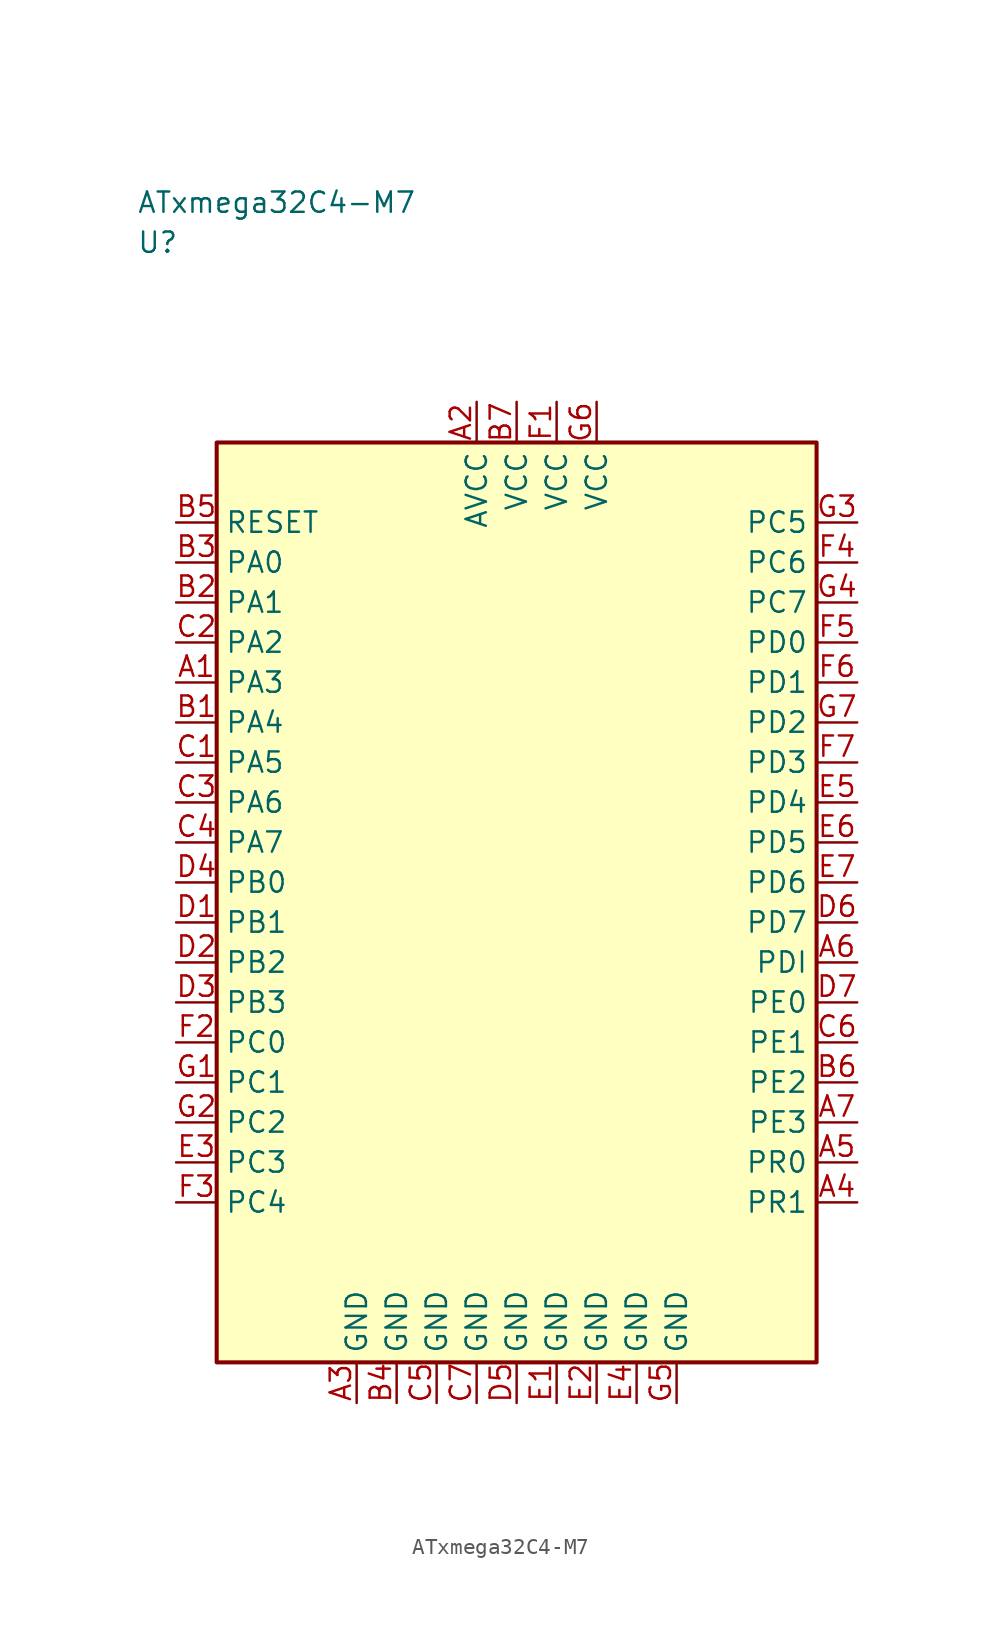
<source format=kicad_sym>
(kicad_symbol_lib
  (version 20241025)
  (generator "kicad_symbol_editor")
  (generator_version "8.0")
  (symbol "ATxmega32C4-M7"
    (property "Reference" "U"
      (at -23.75 41.25 0)
      (effects (font (size 1.27 1.27)) (justify left)))
    (property "Value" "ATxmega32C4-M7"
      (at -23.75 43.75 0)
      (effects (font (size 1.27 1.27)) (justify left)))
    (symbol "ATxmega32C4-M7_0_1"
      (rectangle (start -18.75 28.75) (end 18.75 -28.75) (stroke (width 0.254) (type default)) (fill (type background))))
    (symbol "ATxmega32C4-M7_1_1"
      (pin bidirectional line (at -21.29 13.75 0.0) (length 2.54) (name "PA3" (effects (font (size 1.27 1.27)))) (number "A1" (effects (font (size 1.27 1.27)))))
      (pin power_in line (at -2.5 31.29 270.0) (length 2.54) (name "AVCC" (effects (font (size 1.27 1.27)))) (number "A2" (effects (font (size 1.27 1.27)))))
      (pin passive line (at -10.0 -31.29 90.0) (length 2.54) (name "GND" (effects (font (size 1.27 1.27)))) (number "A3" (effects (font (size 1.27 1.27)))))
      (pin bidirectional line (at 21.29 -18.75 180.0) (length 2.54) (name "PR1" (effects (font (size 1.27 1.27)))) (number "A4" (effects (font (size 1.27 1.27)))))
      (pin bidirectional line (at 21.29 -16.25 180.0) (length 2.54) (name "PR0" (effects (font (size 1.27 1.27)))) (number "A5" (effects (font (size 1.27 1.27)))))
      (pin bidirectional line (at 21.29 -3.75 180.0) (length 2.54) (name "PDI" (effects (font (size 1.27 1.27)))) (number "A6" (effects (font (size 1.27 1.27)))))
      (pin bidirectional line (at 21.29 -13.75 180.0) (length 2.54) (name "PE3" (effects (font (size 1.27 1.27)))) (number "A7" (effects (font (size 1.27 1.27)))))
      (pin bidirectional line (at -21.29 11.25 0.0) (length 2.54) (name "PA4" (effects (font (size 1.27 1.27)))) (number "B1" (effects (font (size 1.27 1.27)))))
      (pin bidirectional line (at -21.29 18.75 0.0) (length 2.54) (name "PA1" (effects (font (size 1.27 1.27)))) (number "B2" (effects (font (size 1.27 1.27)))))
      (pin bidirectional line (at -21.29 21.25 0.0) (length 2.54) (name "PA0" (effects (font (size 1.27 1.27)))) (number "B3" (effects (font (size 1.27 1.27)))))
      (pin passive line (at -7.5 -31.29 90.0) (length 2.54) (name "GND" (effects (font (size 1.27 1.27)))) (number "B4" (effects (font (size 1.27 1.27)))))
      (pin input line (at -21.29 23.75 0.0) (length 2.54) (name "RESET" (effects (font (size 1.27 1.27)))) (number "B5" (effects (font (size 1.27 1.27)))))
      (pin bidirectional line (at 21.29 -11.25 180.0) (length 2.54) (name "PE2" (effects (font (size 1.27 1.27)))) (number "B6" (effects (font (size 1.27 1.27)))))
      (pin power_in line (at 0.0 31.29 270.0) (length 2.54) (name "VCC" (effects (font (size 1.27 1.27)))) (number "B7" (effects (font (size 1.27 1.27)))))
      (pin bidirectional line (at -21.29 8.75 0.0) (length 2.54) (name "PA5" (effects (font (size 1.27 1.27)))) (number "C1" (effects (font (size 1.27 1.27)))))
      (pin bidirectional line (at -21.29 16.25 0.0) (length 2.54) (name "PA2" (effects (font (size 1.27 1.27)))) (number "C2" (effects (font (size 1.27 1.27)))))
      (pin bidirectional line (at -21.29 6.25 0.0) (length 2.54) (name "PA6" (effects (font (size 1.27 1.27)))) (number "C3" (effects (font (size 1.27 1.27)))))
      (pin bidirectional line (at -21.29 3.75 0.0) (length 2.54) (name "PA7" (effects (font (size 1.27 1.27)))) (number "C4" (effects (font (size 1.27 1.27)))))
      (pin passive line (at -5.0 -31.29 90.0) (length 2.54) (name "GND" (effects (font (size 1.27 1.27)))) (number "C5" (effects (font (size 1.27 1.27)))))
      (pin bidirectional line (at 21.29 -8.75 180.0) (length 2.54) (name "PE1" (effects (font (size 1.27 1.27)))) (number "C6" (effects (font (size 1.27 1.27)))))
      (pin passive line (at -2.5 -31.29 90.0) (length 2.54) (name "GND" (effects (font (size 1.27 1.27)))) (number "C7" (effects (font (size 1.27 1.27)))))
      (pin bidirectional line (at -21.29 -1.25 0.0) (length 2.54) (name "PB1" (effects (font (size 1.27 1.27)))) (number "D1" (effects (font (size 1.27 1.27)))))
      (pin bidirectional line (at -21.29 -3.75 0.0) (length 2.54) (name "PB2" (effects (font (size 1.27 1.27)))) (number "D2" (effects (font (size 1.27 1.27)))))
      (pin bidirectional line (at -21.29 -6.25 0.0) (length 2.54) (name "PB3" (effects (font (size 1.27 1.27)))) (number "D3" (effects (font (size 1.27 1.27)))))
      (pin bidirectional line (at -21.29 1.25 0.0) (length 2.54) (name "PB0" (effects (font (size 1.27 1.27)))) (number "D4" (effects (font (size 1.27 1.27)))))
      (pin passive line (at 0.0 -31.29 90.0) (length 2.54) (name "GND" (effects (font (size 1.27 1.27)))) (number "D5" (effects (font (size 1.27 1.27)))))
      (pin bidirectional line (at 21.29 -1.25 180.0) (length 2.54) (name "PD7" (effects (font (size 1.27 1.27)))) (number "D6" (effects (font (size 1.27 1.27)))))
      (pin bidirectional line (at 21.29 -6.25 180.0) (length 2.54) (name "PE0" (effects (font (size 1.27 1.27)))) (number "D7" (effects (font (size 1.27 1.27)))))
      (pin passive line (at 2.5 -31.29 90.0) (length 2.54) (name "GND" (effects (font (size 1.27 1.27)))) (number "E1" (effects (font (size 1.27 1.27)))))
      (pin passive line (at 5.0 -31.29 90.0) (length 2.54) (name "GND" (effects (font (size 1.27 1.27)))) (number "E2" (effects (font (size 1.27 1.27)))))
      (pin bidirectional line (at -21.29 -16.25 0.0) (length 2.54) (name "PC3" (effects (font (size 1.27 1.27)))) (number "E3" (effects (font (size 1.27 1.27)))))
      (pin passive line (at 7.5 -31.29 90.0) (length 2.54) (name "GND" (effects (font (size 1.27 1.27)))) (number "E4" (effects (font (size 1.27 1.27)))))
      (pin bidirectional line (at 21.29 6.25 180.0) (length 2.54) (name "PD4" (effects (font (size 1.27 1.27)))) (number "E5" (effects (font (size 1.27 1.27)))))
      (pin bidirectional line (at 21.29 3.75 180.0) (length 2.54) (name "PD5" (effects (font (size 1.27 1.27)))) (number "E6" (effects (font (size 1.27 1.27)))))
      (pin bidirectional line (at 21.29 1.25 180.0) (length 2.54) (name "PD6" (effects (font (size 1.27 1.27)))) (number "E7" (effects (font (size 1.27 1.27)))))
      (pin power_in line (at 2.5 31.29 270.0) (length 2.54) (name "VCC" (effects (font (size 1.27 1.27)))) (number "F1" (effects (font (size 1.27 1.27)))))
      (pin bidirectional line (at -21.29 -8.75 0.0) (length 2.54) (name "PC0" (effects (font (size 1.27 1.27)))) (number "F2" (effects (font (size 1.27 1.27)))))
      (pin bidirectional line (at -21.29 -18.75 0.0) (length 2.54) (name "PC4" (effects (font (size 1.27 1.27)))) (number "F3" (effects (font (size 1.27 1.27)))))
      (pin bidirectional line (at 21.29 21.25 180.0) (length 2.54) (name "PC6" (effects (font (size 1.27 1.27)))) (number "F4" (effects (font (size 1.27 1.27)))))
      (pin bidirectional line (at 21.29 16.25 180.0) (length 2.54) (name "PD0" (effects (font (size 1.27 1.27)))) (number "F5" (effects (font (size 1.27 1.27)))))
      (pin bidirectional line (at 21.29 13.75 180.0) (length 2.54) (name "PD1" (effects (font (size 1.27 1.27)))) (number "F6" (effects (font (size 1.27 1.27)))))
      (pin bidirectional line (at 21.29 8.75 180.0) (length 2.54) (name "PD3" (effects (font (size 1.27 1.27)))) (number "F7" (effects (font (size 1.27 1.27)))))
      (pin bidirectional line (at -21.29 -11.25 0.0) (length 2.54) (name "PC1" (effects (font (size 1.27 1.27)))) (number "G1" (effects (font (size 1.27 1.27)))))
      (pin bidirectional line (at -21.29 -13.75 0.0) (length 2.54) (name "PC2" (effects (font (size 1.27 1.27)))) (number "G2" (effects (font (size 1.27 1.27)))))
      (pin bidirectional line (at 21.29 23.75 180.0) (length 2.54) (name "PC5" (effects (font (size 1.27 1.27)))) (number "G3" (effects (font (size 1.27 1.27)))))
      (pin bidirectional line (at 21.29 18.75 180.0) (length 2.54) (name "PC7" (effects (font (size 1.27 1.27)))) (number "G4" (effects (font (size 1.27 1.27)))))
      (pin passive line (at 10.0 -31.29 90.0) (length 2.54) (name "GND" (effects (font (size 1.27 1.27)))) (number "G5" (effects (font (size 1.27 1.27)))))
      (pin power_in line (at 5.0 31.29 270.0) (length 2.54) (name "VCC" (effects (font (size 1.27 1.27)))) (number "G6" (effects (font (size 1.27 1.27)))))
      (pin bidirectional line (at 21.29 11.25 180.0) (length 2.54) (name "PD2" (effects (font (size 1.27 1.27)))) (number "G7" (effects (font (size 1.27 1.27))))))))
</source>
